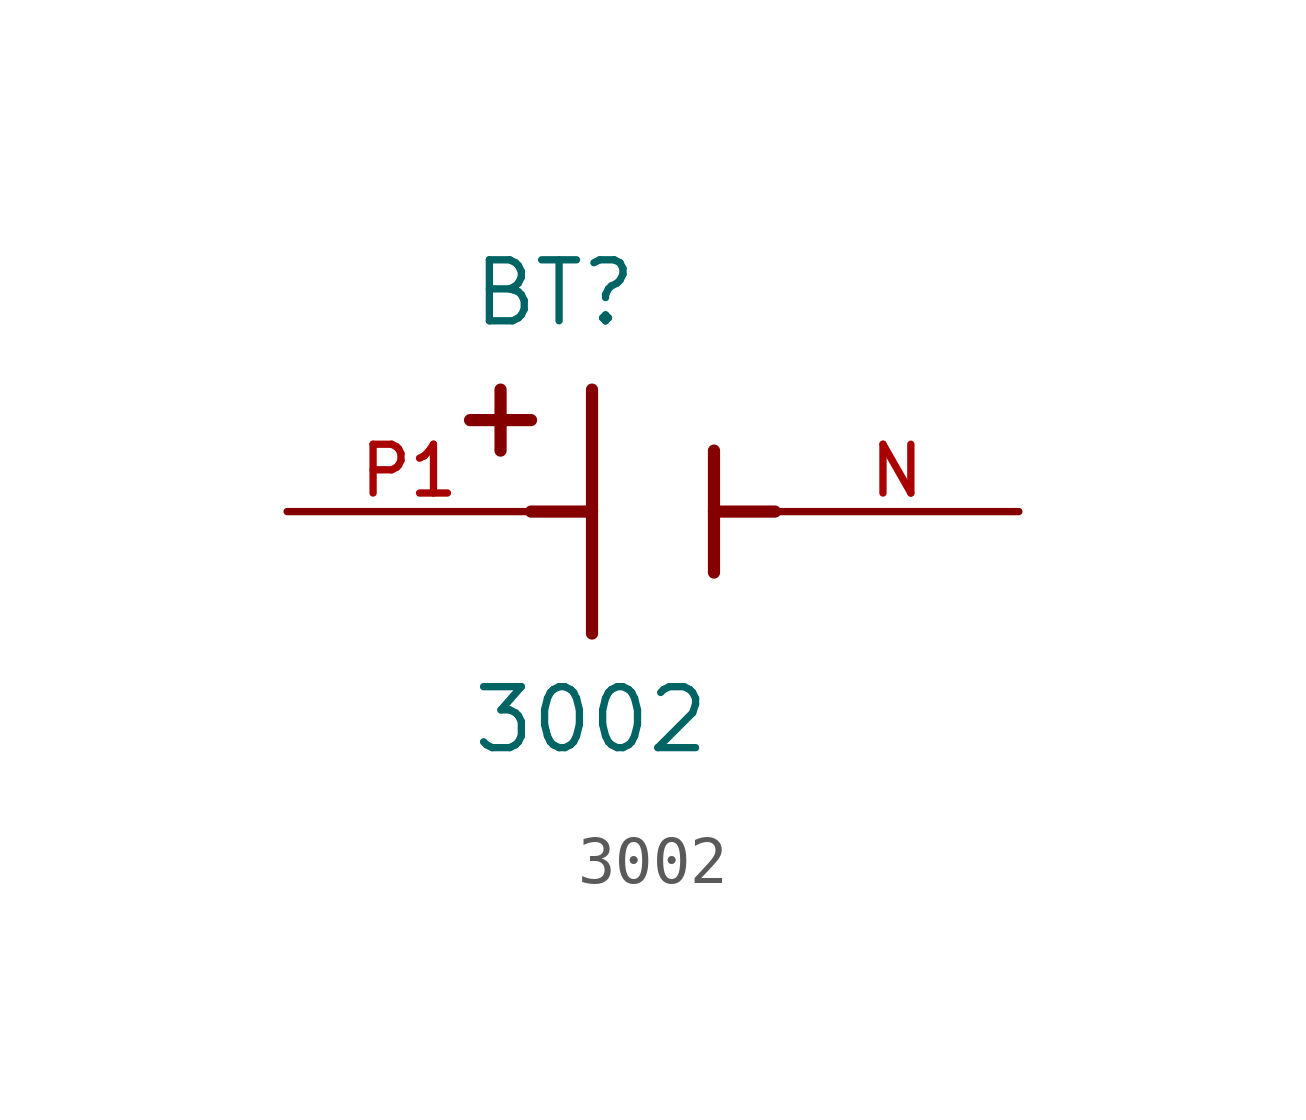
<source format=kicad_sym>
(kicad_symbol_lib
  (version 20211014)
  (generator kicad_symbol_editor)
  (symbol "3002"
    (pin_names
      (offset 1.016))
    (property "Reference" "BT"
      (at -3.81 3.81 0)
      (effects (font (size 1.27 1.27)) (justify bottom left)))
    (property "Value" "3002"
      (at -3.81 -5.08 0)
      (effects (font (size 1.27 1.27)) (justify bottom left)))
    (symbol "3002_0_0"
      (polyline (pts (xy -1.27 2.54) (xy -1.27 0.0)) (stroke (width 0.254)))
      (polyline (pts (xy -1.27 0.0) (xy -1.27 -2.54)) (stroke (width 0.254)))
      (polyline (pts (xy 1.27 1.27) (xy 1.27 0.0)) (stroke (width 0.254)))
      (polyline (pts (xy 1.27 0.0) (xy 1.27 -1.27)) (stroke (width 0.254)))
      (polyline (pts (xy -1.27 0.0) (xy -2.54 0.0)) (stroke (width 0.254)))
      (polyline (pts (xy 1.27 0.0) (xy 2.54 0.0)) (stroke (width 0.254)))
      (polyline (pts (xy -3.175 2.54) (xy -3.175 1.27)) (stroke (width 0.254)))
      (polyline (pts (xy -3.81 1.905) (xy -2.54 1.905)) (stroke (width 0.254)))
      (pin passive line (at -7.62 0.0 0) (length 5.08) (name "~" (effects (font (size 1.016 1.016)))) (number "P1" (effects (font (size 1.016 1.016)))))
      (pin passive line (at 7.62 0.0 180.0) (length 5.08) (name "~" (effects (font (size 1.016 1.016)))) (number "N" (effects (font (size 1.016 1.016))))))))
</source>
